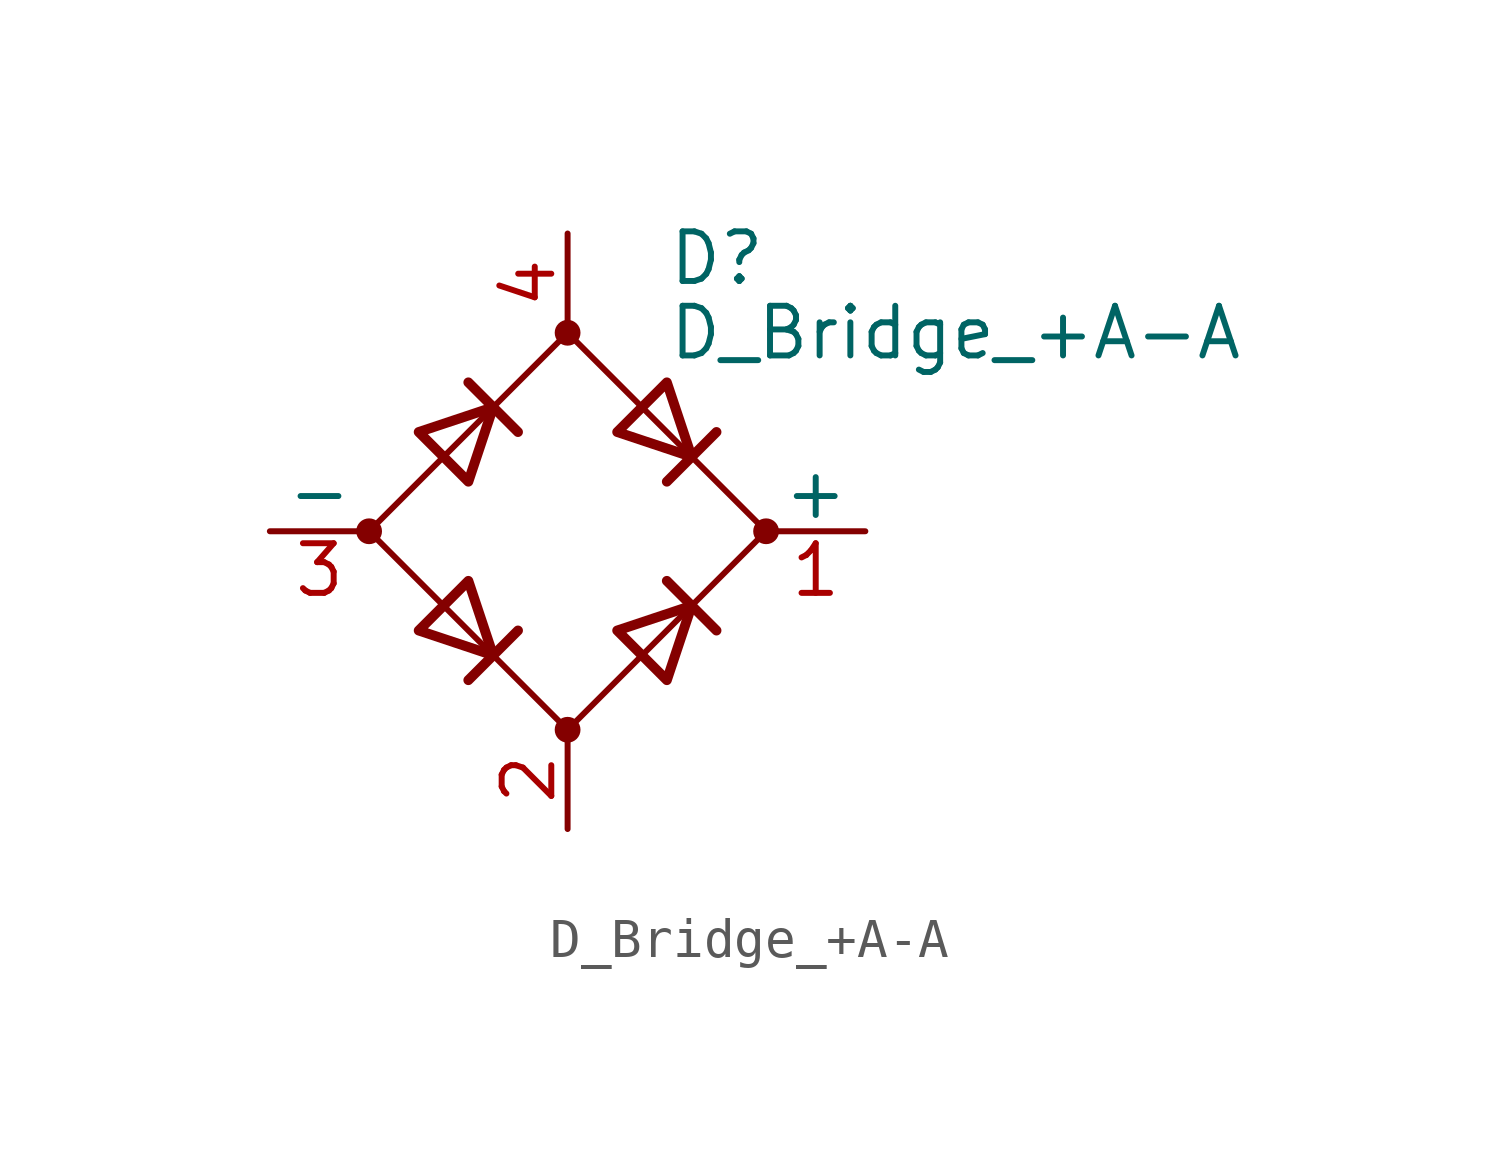
<source format=kicad_sym>
(kicad_symbol_lib
  (version 20220914)
  (generator kicad_symbol_editor)
  (symbol "D_Bridge_+A-A"
    (pin_names
      (offset 0))
    (property "Reference" "D"
      (at 2.54 6.985 0)
      (effects (font (size 1.27 1.27)) (justify left)))
    (property "Value" "D_Bridge_+A-A"
      (at 2.54 5.08 0)
      (effects (font (size 1.27 1.27)) (justify left)))
    (symbol "D_Bridge_+A-A_0_1"
      (circle (center -5.08 0) (radius 0.254) (stroke (width 0) (type default)) (fill (type outline)))
      (circle (center 0 -5.08) (radius 0.254) (stroke (width 0) (type default)) (fill (type outline)))
      (polyline (pts (xy -2.54 3.81) (xy -1.27 2.54)) (stroke (width 0.254) (type default)) (fill (type none)))
      (polyline (pts (xy -1.27 -2.54) (xy -2.54 -3.81)) (stroke (width 0.254) (type default)) (fill (type none)))
      (polyline (pts (xy 2.54 -1.27) (xy 3.81 -2.54)) (stroke (width 0.254) (type default)) (fill (type none)))
      (polyline (pts (xy 2.54 1.27) (xy 3.81 2.54)) (stroke (width 0.254) (type default)) (fill (type none)))
      (polyline (pts (xy -3.81 2.54) (xy -2.54 1.27) (xy -1.905 3.175) (xy -3.81 2.54)) (stroke (width 0.254) (type default)) (fill (type none)))
      (polyline (pts (xy -2.54 -1.27) (xy -3.81 -2.54) (xy -1.905 -3.175) (xy -2.54 -1.27)) (stroke (width 0.254) (type default)) (fill (type none)))
      (polyline (pts (xy 1.27 2.54) (xy 2.54 3.81) (xy 3.175 1.905) (xy 1.27 2.54)) (stroke (width 0.254) (type default)) (fill (type none)))
      (polyline (pts (xy 3.175 -1.905) (xy 1.27 -2.54) (xy 2.54 -3.81) (xy 3.175 -1.905)) (stroke (width 0.254) (type default)) (fill (type none)))
      (polyline (pts (xy -5.08 0) (xy 0 -5.08) (xy 5.08 0) (xy 0 5.08) (xy -5.08 0)) (stroke (width 0) (type default)) (fill (type none)))
      (circle (center 0 5.08) (radius 0.254) (stroke (width 0) (type default)) (fill (type outline)))
      (circle (center 5.08 0) (radius 0.254) (stroke (width 0) (type default)) (fill (type outline))))
    (symbol "D_Bridge_+A-A_1_1"
      (pin passive line (at 7.62 0 180) (length 2.54) (name "+" (effects (font (size 1.27 1.27)))) (number "1" (effects (font (size 1.27 1.27)))))
      (pin passive line (at 0 -7.62 90) (length 2.54) (name "~" (effects (font (size 1.27 1.27)))) (number "2" (effects (font (size 1.27 1.27)))))
      (pin passive line (at -7.62 0 0) (length 2.54) (name "-" (effects (font (size 1.27 1.27)))) (number "3" (effects (font (size 1.27 1.27)))))
      (pin passive line (at 0 7.62 270) (length 2.54) (name "~" (effects (font (size 1.27 1.27)))) (number "4" (effects (font (size 1.27 1.27))))))))
</source>
